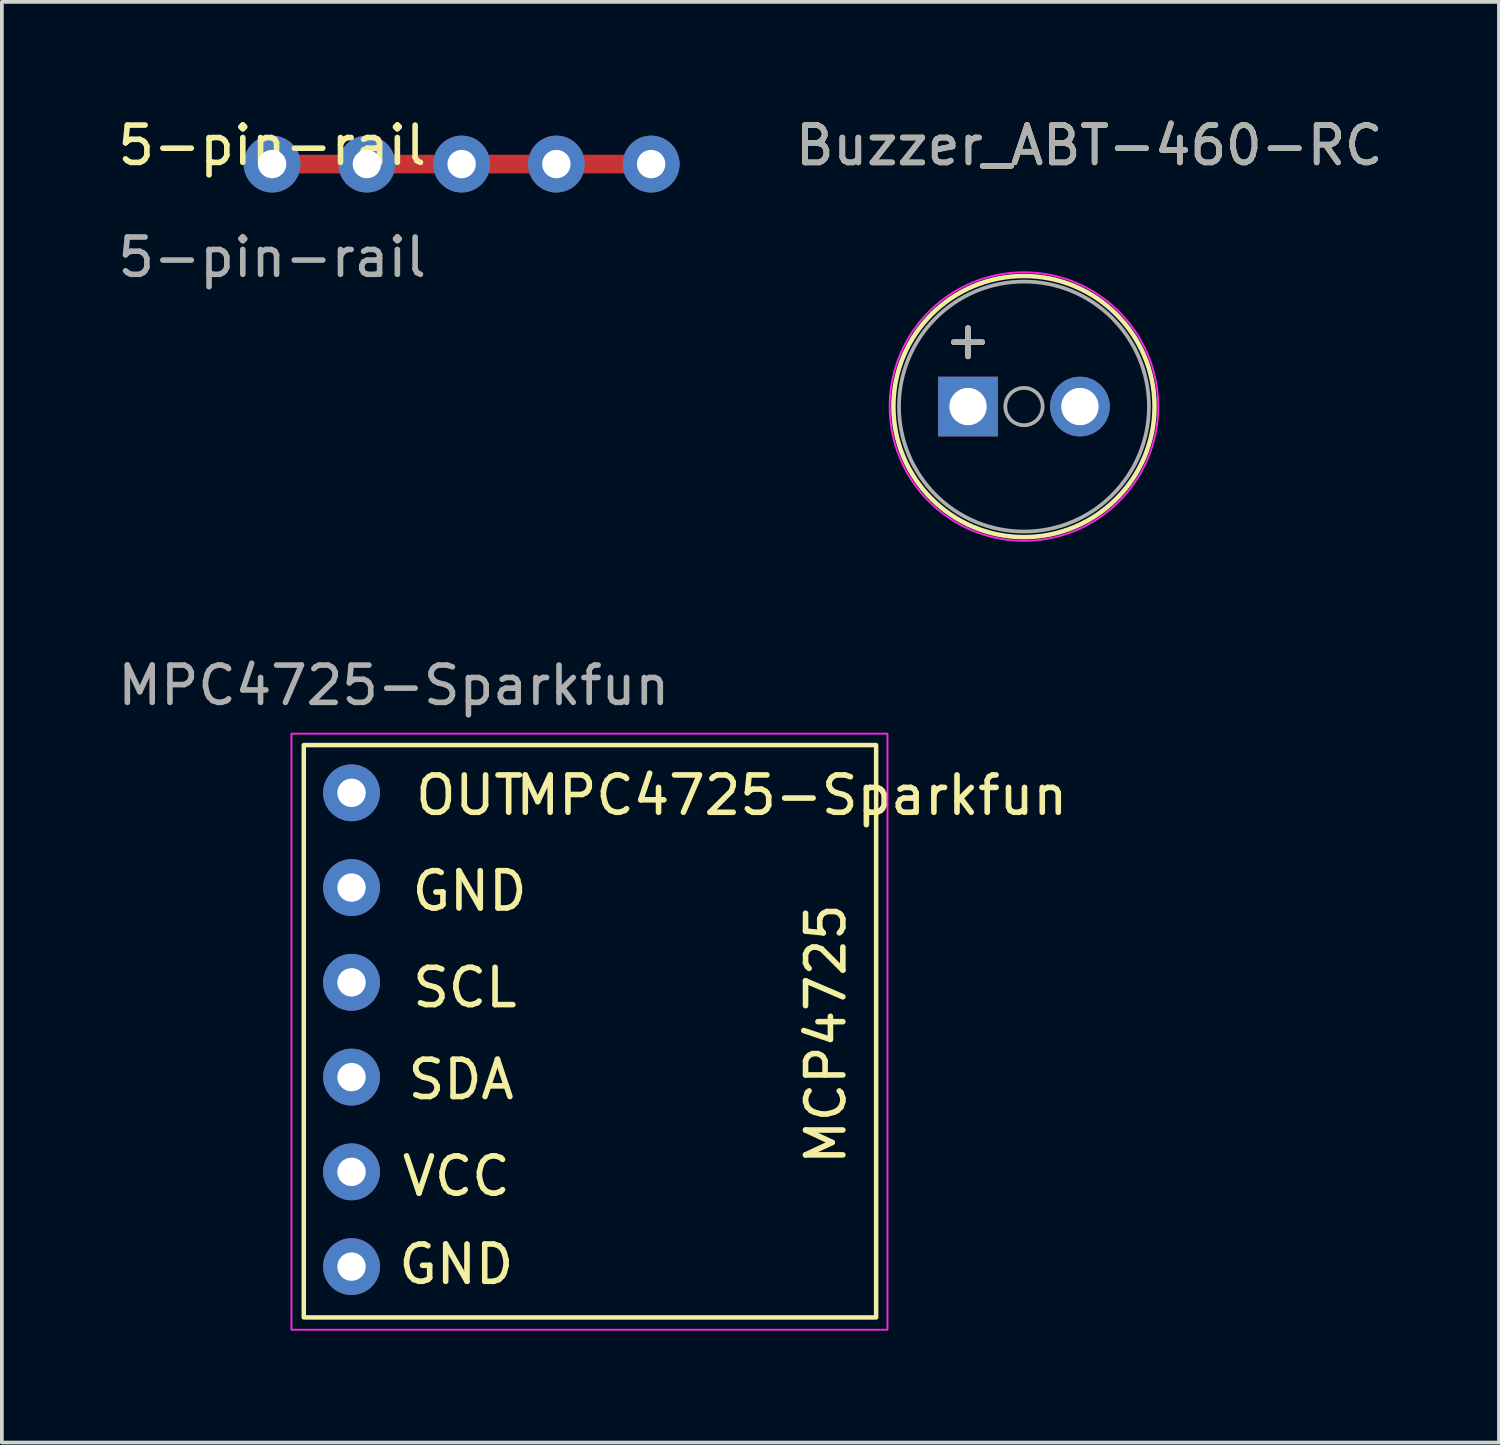
<source format=kicad_pcb>
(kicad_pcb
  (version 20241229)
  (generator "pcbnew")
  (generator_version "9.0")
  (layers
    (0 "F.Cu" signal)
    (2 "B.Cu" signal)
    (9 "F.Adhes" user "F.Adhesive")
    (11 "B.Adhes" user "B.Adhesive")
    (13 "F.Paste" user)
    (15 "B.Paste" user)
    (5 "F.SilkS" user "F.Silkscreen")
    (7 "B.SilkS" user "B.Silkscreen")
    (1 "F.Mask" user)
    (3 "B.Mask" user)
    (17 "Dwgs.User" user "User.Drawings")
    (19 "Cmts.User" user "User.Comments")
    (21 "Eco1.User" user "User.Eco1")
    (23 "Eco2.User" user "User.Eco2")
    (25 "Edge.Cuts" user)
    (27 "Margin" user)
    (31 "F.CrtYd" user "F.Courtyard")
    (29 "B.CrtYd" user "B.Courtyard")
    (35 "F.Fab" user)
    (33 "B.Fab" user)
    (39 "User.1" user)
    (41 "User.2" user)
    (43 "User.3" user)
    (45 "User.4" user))
  (footprint "5-pin-rail"
    (layer "F.Cu")
    (at 4.244 1.348)
    (property "Reference" "5-pin-rail" (at 0 -0.5 0) (unlocked yes) (layer "F.SilkS") (effects (font (size 1 1) (thickness 0.15))))
    (attr through_hole)
    (fp_line (start 0.635 0) (end 1.905 0) (stroke (width 0.5) (type solid)) (layer "F.Cu"))
    (fp_line (start 3.175 0) (end 4.445 0) (stroke (width 0.5) (type solid)) (layer "F.Cu"))
    (fp_line (start 5.715 0) (end 6.985 0) (stroke (width 0.5) (type solid)) (layer "F.Cu"))
    (fp_line (start 8.255 0) (end 9.525 0) (stroke (width 0.5) (type solid)) (layer "F.Cu"))
    (fp_text user "${REFERENCE}" (at 0 2.5 0) (unlocked yes) (layer "F.Fab") (effects (font (size 1 1) (thickness 0.15))))
    (pad "1" thru_hole circle (at 0 0) (size 1.524 1.524) (drill 0.762) (layers "*.Cu" "*.Mask"))
    (pad "2" thru_hole circle (at 2.54 0) (size 1.524 1.524) (drill 0.762) (layers "*.Cu" "*.Mask"))
    (pad "3" thru_hole circle (at 5.08 0) (size 1.524 1.524) (drill 0.762) (layers "*.Cu" "*.Mask"))
    (pad "4" thru_hole circle (at 7.62 0) (size 1.524 1.524) (drill 0.762) (layers "*.Cu" "*.Mask"))
    (pad "5" thru_hole circle (at 10.16 0) (size 1.524 1.524) (drill 0.762) (layers "*.Cu" "*.Mask")))
  (footprint "Buzzer_ABT-460-RC"
    (layer "F.Cu")
    (at 22.898 7.848)
    (property "Reference" "Buzzer_ABT-460-RC" (at 3.25 -7 0) (layer "F.SilkS") (effects (font (size 1 1) (thickness 0.15))))
    (attr through_hole)
    (fp_circle (center 1.5 0) (end 5 0) (stroke (width 0.12) (type solid)) (fill no) (layer "F.SilkS"))
    (fp_circle (center 1.5 0) (end 5.1 0) (stroke (width 0.05) (type solid)) (fill no) (layer "F.CrtYd"))
    (fp_circle (center 1.5 0) (end 2 0) (stroke (width 0.1) (type solid)) (fill no) (layer "F.Fab"))
    (fp_circle (center 1.5 0) (end 4.85 0) (stroke (width 0.1) (type solid)) (fill no) (layer "F.Fab"))
    (fp_text user "+" (at 0 -1.8 0) (layer "F.SilkS") (effects (font (size 1 1) (thickness 0.15))))
    (fp_text user "+" (at 0 -1.8 0) (layer "F.Fab") (effects (font (size 1 1) (thickness 0.15))))
    (fp_text user "${REFERENCE}" (at 3.25 -7 0) (layer "F.Fab") (effects (font (size 1 1) (thickness 0.15))))
    (pad "1" thru_hole rect (at 0 0) (size 1.6 1.6) (drill 1) (layers "*.Cu" "*.Mask"))
    (pad "2" thru_hole circle (at 3 0) (size 1.6 1.6) (drill 1) (layers "*.Cu" "*.Mask")))
  (footprint "MPC4725-Sparkfun"
    (layer "F.Cu")
    (at 5.093 16.922)
    (property "Reference" "MPC4725-Sparkfun" (at 13.081 1.346 0) (unlocked yes) (layer "F.SilkS") (effects (font (size 1 1) (thickness 0.15))))
    (attr through_hole)
    (fp_rect (start 0 0) (end 15.342 15.342) (stroke (width 0.12) (type solid)) (fill no) (layer "F.SilkS"))
    (fp_rect (start 15.646 -0.305) (end -0.33 15.672) (stroke (width 0.05) (type solid)) (fill no) (layer "F.CrtYd"))
    (fp_text user "GND" (at 4.445 3.912 0) (unlocked yes) (layer "F.SilkS") (effects (font (size 1 1) (thickness 0.15))))
    (fp_text user "MCP4725" (at 13.995 7.747 90) (unlocked yes) (layer "F.SilkS") (effects (font (size 1 1) (thickness 0.15))))
    (fp_text user "VCC" (at 4.089 11.557 0) (unlocked yes) (layer "F.SilkS") (effects (font (size 1 1) (thickness 0.15))))
    (fp_text user "SDA" (at 4.216 8.966 0) (unlocked yes) (layer "F.SilkS") (effects (font (size 1 1) (thickness 0.15))))
    (fp_text user "OUT" (at 4.445 1.346 0) (unlocked yes) (layer "F.SilkS") (effects (font (size 1 1) (thickness 0.15))))
    (fp_text user "GND" (at 4.089 13.919 0) (unlocked yes) (layer "F.SilkS") (effects (font (size 1 1) (thickness 0.15))))
    (fp_text user "SCL" (at 4.318 6.502 0) (unlocked yes) (layer "F.SilkS") (effects (font (size 1 1) (thickness 0.15))))
    (fp_text user "${REFERENCE}" (at 2.413 -1.6 0) (unlocked yes) (layer "F.Fab") (effects (font (size 1 1) (thickness 0.15))))
    (pad "1" thru_hole circle (at 1.28 1.28) (size 1.524 1.524) (drill 0.762) (layers "*.Cu" "*.Mask"))
    (pad "2" thru_hole circle (at 1.28 3.82) (size 1.524 1.524) (drill 0.762) (layers "*.Cu" "*.Mask"))
    (pad "3" thru_hole circle (at 1.28 6.36) (size 1.524 1.524) (drill 0.762) (layers "*.Cu" "*.Mask"))
    (pad "4" thru_hole circle (at 1.28 8.9) (size 1.524 1.524) (drill 0.762) (layers "*.Cu" "*.Mask"))
    (pad "5" thru_hole circle (at 1.28 11.44) (size 1.524 1.524) (drill 0.762) (layers "*.Cu" "*.Mask"))
    (pad "6" thru_hole circle (at 1.28 13.98) (size 1.524 1.524) (drill 0.762) (layers "*.Cu" "*.Mask")))
  (gr_rect
    (start -3 -3)
    (end 37.13 35.618)
    (stroke (width 0.1) (type default))
    (fill no)
    (layer "Edge.Cuts")))
</source>
